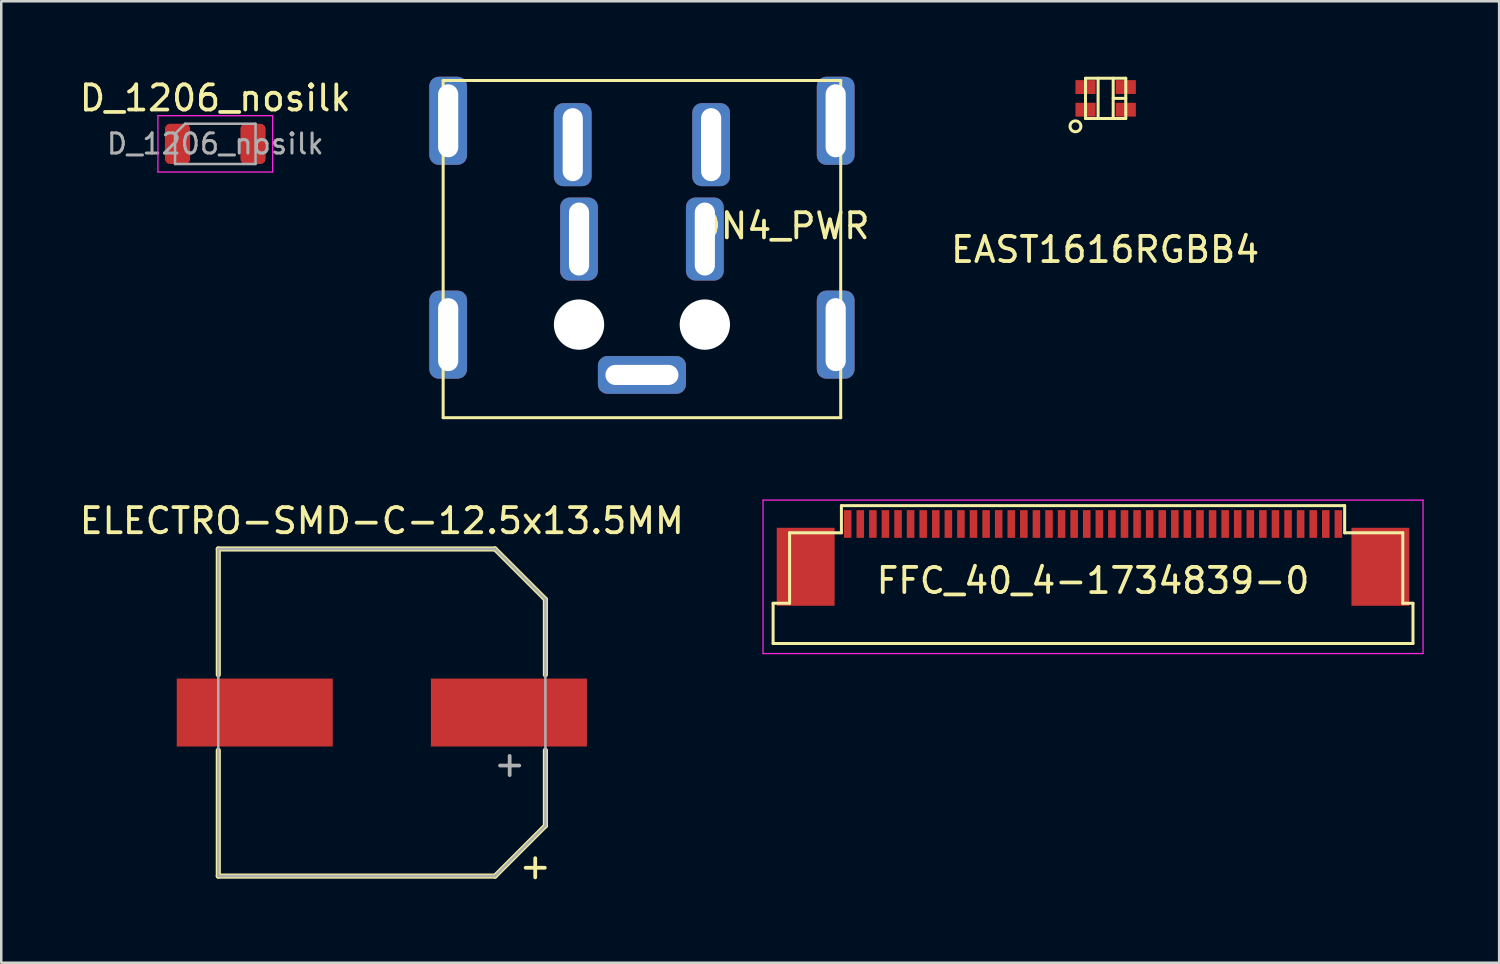
<source format=kicad_pcb>
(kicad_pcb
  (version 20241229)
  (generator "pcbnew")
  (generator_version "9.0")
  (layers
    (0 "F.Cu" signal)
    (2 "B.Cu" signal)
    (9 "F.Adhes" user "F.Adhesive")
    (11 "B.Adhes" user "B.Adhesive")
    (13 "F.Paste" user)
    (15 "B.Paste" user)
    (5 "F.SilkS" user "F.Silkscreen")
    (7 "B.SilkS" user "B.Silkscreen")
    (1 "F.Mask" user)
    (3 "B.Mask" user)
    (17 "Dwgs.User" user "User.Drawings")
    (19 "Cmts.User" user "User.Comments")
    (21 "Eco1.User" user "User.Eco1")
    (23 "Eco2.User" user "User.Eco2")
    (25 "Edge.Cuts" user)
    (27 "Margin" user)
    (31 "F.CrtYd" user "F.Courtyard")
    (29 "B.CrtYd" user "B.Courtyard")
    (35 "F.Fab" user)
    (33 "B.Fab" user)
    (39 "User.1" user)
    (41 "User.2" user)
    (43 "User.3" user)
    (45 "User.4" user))
  (footprint "D_1206_nosilk"
    (layer "F.Cu")
    (at 5.506 2.668)
    (property "Reference" "D_1206_nosilk" (at 0 -1.82 0) (layer "F.SilkS") (effects (font (size 1 1) (thickness 0.15))))
    (attr smd)
    (fp_line (start -2.28 -1.12) (end 2.28 -1.12) (stroke (width 0.05) (type solid)) (layer "F.CrtYd"))
    (fp_line (start -2.28 1.12) (end -2.28 -1.12) (stroke (width 0.05) (type solid)) (layer "F.CrtYd"))
    (fp_line (start 2.28 -1.12) (end 2.28 1.12) (stroke (width 0.05) (type solid)) (layer "F.CrtYd"))
    (fp_line (start 2.28 1.12) (end -2.28 1.12) (stroke (width 0.05) (type solid)) (layer "F.CrtYd"))
    (fp_line (start -1.6 -0.4) (end -1.6 0.8) (stroke (width 0.1) (type solid)) (layer "F.Fab"))
    (fp_line (start -1.6 0.8) (end 1.6 0.8) (stroke (width 0.1) (type solid)) (layer "F.Fab"))
    (fp_line (start -1.2 -0.8) (end -1.6 -0.4) (stroke (width 0.1) (type solid)) (layer "F.Fab"))
    (fp_line (start 1.6 -0.8) (end -1.2 -0.8) (stroke (width 0.1) (type solid)) (layer "F.Fab"))
    (fp_line (start 1.6 0.8) (end 1.6 -0.8) (stroke (width 0.1) (type solid)) (layer "F.Fab"))
    (fp_text user "${REFERENCE}" (at 0 0 0) (layer "F.Fab") (effects (font (size 0.8 0.8) (thickness 0.12))))
    (pad "1" smd roundrect (at -1.5 0) (size 1 1.6) (layers "F.Cu" "F.Mask" "F.Paste") (roundrect_rratio 0.2))
    (pad "2" smd roundrect (at 1.5 0) (size 1 1.6) (layers "F.Cu" "F.Mask" "F.Paste") (roundrect_rratio 0.2)))
  (footprint "ELECTRO-SMD-C-12.5x13.5MM"
    (layer "F.Cu")
    (at 12.125 25.268)
    (property "Reference" "ELECTRO-SMD-C-12.5x13.5MM" (at 0 -7.62 0) (layer "F.SilkS") (effects (font (size 1 1) (thickness 0.15))))
    (attr smd)
    (fp_line (start -6.5 -6.5) (end -6.5 -1.5) (stroke (width 0.203) (type solid)) (layer "F.SilkS"))
    (fp_line (start -6.5 -6.5) (end 4.5 -6.5) (stroke (width 0.203) (type solid)) (layer "F.SilkS"))
    (fp_line (start -6.5 6.5) (end -6.5 1.5) (stroke (width 0.203) (type solid)) (layer "F.SilkS"))
    (fp_line (start 4.5 -6.5) (end 6.5 -4.5) (stroke (width 0.203) (type solid)) (layer "F.SilkS"))
    (fp_line (start 4.5 6.5) (end -6.5 6.5) (stroke (width 0.203) (type solid)) (layer "F.SilkS"))
    (fp_line (start 6.5 -4.5) (end 6.5 -1.5) (stroke (width 0.203) (type solid)) (layer "F.SilkS"))
    (fp_line (start 6.5 4.5) (end 4.5 6.5) (stroke (width 0.203) (type solid)) (layer "F.SilkS"))
    (fp_line (start 6.5 4.5) (end 6.5 1.5) (stroke (width 0.203) (type solid)) (layer "F.SilkS"))
    (fp_line (start -6.5 -6.5) (end -6.5 6.5) (stroke (width 0.1) (type solid)) (layer "F.Fab"))
    (fp_line (start -6.5 6.5) (end 4.5 6.5) (stroke (width 0.1) (type solid)) (layer "F.Fab"))
    (fp_line (start 4.5 -6.5) (end -6.5 -6.5) (stroke (width 0.1) (type solid)) (layer "F.Fab"))
    (fp_line (start 4.5 6.5) (end 6.5 4.5) (stroke (width 0.1) (type solid)) (layer "F.Fab"))
    (fp_line (start 6.5 -4.5) (end 4.5 -6.5) (stroke (width 0.1) (type solid)) (layer "F.Fab"))
    (fp_line (start 6.5 4.5) (end 6.5 -4.5) (stroke (width 0.1) (type solid)) (layer "F.Fab"))
    (fp_text user "+" (at 6.096 6.096 0) (layer "F.SilkS") (effects (font (size 1 1) (thickness 0.15))))
    (fp_text user "+" (at 5.08 2.032 0) (layer "F.Fab") (effects (font (size 1 1) (thickness 0.15))))
    (pad "1" smd rect (at 5.05 0) (size 6.2 2.7) (layers "F.Cu" "F.Mask" "F.Paste"))
    (pad "2" smd rect (at -5.05 0) (size 6.2 2.7) (layers "F.Cu" "F.Mask" "F.Paste")))
  (footprint "FFC_40_4-1734839-0"
    (layer "F.Cu")
    (at 30.64 17.775)
    (property "Reference" "FFC_40_4-1734839-0" (at 9.75 2.25 0) (layer "F.SilkS") (effects (font (size 1 1) (thickness 0.15))))
    (attr smd)
    (fp_line (start -2.965 3.15) (end -2.965 4.75) (stroke (width 0.12) (type solid)) (layer "F.SilkS"))
    (fp_line (start -2.965 3.15) (end -2.31 3.15) (stroke (width 0.12) (type solid)) (layer "F.SilkS"))
    (fp_line (start -2.965 4.75) (end 22.465 4.75) (stroke (width 0.12) (type solid)) (layer "F.SilkS"))
    (fp_line (start -2.31 0.35) (end -0.25 0.35) (stroke (width 0.12) (type solid)) (layer "F.SilkS"))
    (fp_line (start -2.31 3.15) (end -2.31 0.35) (stroke (width 0.12) (type solid)) (layer "F.SilkS"))
    (fp_line (start -0.25 -0.73) (end 19.75 -0.73) (stroke (width 0.12) (type solid)) (layer "F.SilkS"))
    (fp_line (start -0.25 0.35) (end -0.25 -0.73) (stroke (width 0.12) (type solid)) (layer "F.SilkS"))
    (fp_line (start 19.75 0.35) (end 19.75 -0.73) (stroke (width 0.12) (type solid)) (layer "F.SilkS"))
    (fp_line (start 22.06 0.35) (end 19.75 0.35) (stroke (width 0.12) (type solid)) (layer "F.SilkS"))
    (fp_line (start 22.06 3.15) (end 22.06 0.35) (stroke (width 0.12) (type solid)) (layer "F.SilkS"))
    (fp_line (start 22.465 3.15) (end 22.06 3.15) (stroke (width 0.12) (type solid)) (layer "F.SilkS"))
    (fp_line (start 22.465 3.15) (end 22.465 4.75) (stroke (width 0.12) (type solid)) (layer "F.SilkS"))
    (fp_line (start -3.365 -0.95) (end -3.365 5.15) (stroke (width 0.05) (type solid)) (layer "F.CrtYd"))
    (fp_line (start -3.365 -0.95) (end 22.865 -0.95) (stroke (width 0.05) (type solid)) (layer "F.CrtYd"))
    (fp_line (start -3.365 5.15) (end 22.865 5.15) (stroke (width 0.05) (type solid)) (layer "F.CrtYd"))
    (fp_line (start 22.865 -0.95) (end 22.865 5.15) (stroke (width 0.05) (type solid)) (layer "F.CrtYd"))
    (pad "1" smd rect (at 0 0) (size 0.3 1.1) (layers "F.Cu" "F.Mask" "F.Paste"))
    (pad "2" smd rect (at 0.5 0) (size 0.3 1.1) (layers "F.Cu" "F.Mask" "F.Paste"))
    (pad "3" smd rect (at 1 0) (size 0.3 1.1) (layers "F.Cu" "F.Mask" "F.Paste"))
    (pad "4" smd rect (at 1.5 0) (size 0.3 1.1) (layers "F.Cu" "F.Mask" "F.Paste"))
    (pad "5" smd rect (at 2 0) (size 0.3 1.1) (layers "F.Cu" "F.Mask" "F.Paste"))
    (pad "6" smd rect (at 2.5 0) (size 0.3 1.1) (layers "F.Cu" "F.Mask" "F.Paste"))
    (pad "7" smd rect (at 3 0) (size 0.3 1.1) (layers "F.Cu" "F.Mask" "F.Paste"))
    (pad "8" smd rect (at 3.5 0) (size 0.3 1.1) (layers "F.Cu" "F.Mask" "F.Paste"))
    (pad "9" smd rect (at 4 0) (size 0.3 1.1) (layers "F.Cu" "F.Mask" "F.Paste"))
    (pad "10" smd rect (at 4.5 0) (size 0.3 1.1) (layers "F.Cu" "F.Mask" "F.Paste"))
    (pad "11" smd rect (at 5 0) (size 0.3 1.1) (layers "F.Cu" "F.Mask" "F.Paste"))
    (pad "12" smd rect (at 5.5 0) (size 0.3 1.1) (layers "F.Cu" "F.Mask" "F.Paste"))
    (pad "13" smd rect (at 6 0) (size 0.3 1.1) (layers "F.Cu" "F.Mask" "F.Paste"))
    (pad "14" smd rect (at 6.5 0) (size 0.3 1.1) (layers "F.Cu" "F.Mask" "F.Paste"))
    (pad "15" smd rect (at 7 0) (size 0.3 1.1) (layers "F.Cu" "F.Mask" "F.Paste"))
    (pad "16" smd rect (at 7.5 0) (size 0.3 1.1) (layers "F.Cu" "F.Mask" "F.Paste"))
    (pad "17" smd rect (at 8 0) (size 0.3 1.1) (layers "F.Cu" "F.Mask" "F.Paste"))
    (pad "18" smd rect (at 8.5 0) (size 0.3 1.1) (layers "F.Cu" "F.Mask" "F.Paste"))
    (pad "19" smd rect (at 9 0) (size 0.3 1.1) (layers "F.Cu" "F.Mask" "F.Paste"))
    (pad "20" smd rect (at 9.5 0) (size 0.3 1.1) (layers "F.Cu" "F.Mask" "F.Paste"))
    (pad "21" smd rect (at 10 0) (size 0.3 1.1) (layers "F.Cu" "F.Mask" "F.Paste"))
    (pad "22" smd rect (at 10.5 0) (size 0.3 1.1) (layers "F.Cu" "F.Mask" "F.Paste"))
    (pad "23" smd rect (at 11 0) (size 0.3 1.1) (layers "F.Cu" "F.Mask" "F.Paste"))
    (pad "24" smd rect (at 11.5 0) (size 0.3 1.1) (layers "F.Cu" "F.Mask" "F.Paste"))
    (pad "25" smd rect (at 12 0) (size 0.3 1.1) (layers "F.Cu" "F.Mask" "F.Paste"))
    (pad "26" smd rect (at 12.5 0) (size 0.3 1.1) (layers "F.Cu" "F.Mask" "F.Paste"))
    (pad "27" smd rect (at 13 0) (size 0.3 1.1) (layers "F.Cu" "F.Mask" "F.Paste"))
    (pad "28" smd rect (at 13.5 0) (size 0.3 1.1) (layers "F.Cu" "F.Mask" "F.Paste"))
    (pad "29" smd rect (at 14 0) (size 0.3 1.1) (layers "F.Cu" "F.Mask" "F.Paste"))
    (pad "30" smd rect (at 14.5 0) (size 0.3 1.1) (layers "F.Cu" "F.Mask" "F.Paste"))
    (pad "31" smd rect (at 15 0) (size 0.3 1.1) (layers "F.Cu" "F.Mask" "F.Paste"))
    (pad "32" smd rect (at 15.5 0) (size 0.3 1.1) (layers "F.Cu" "F.Mask" "F.Paste"))
    (pad "33" smd rect (at 16 0) (size 0.3 1.1) (layers "F.Cu" "F.Mask" "F.Paste"))
    (pad "34" smd rect (at 16.5 0) (size 0.3 1.1) (layers "F.Cu" "F.Mask" "F.Paste"))
    (pad "35" smd rect (at 17 0) (size 0.3 1.1) (layers "F.Cu" "F.Mask" "F.Paste"))
    (pad "36" smd rect (at 17.5 0) (size 0.3 1.1) (layers "F.Cu" "F.Mask" "F.Paste"))
    (pad "37" smd rect (at 18 0) (size 0.3 1.1) (layers "F.Cu" "F.Mask" "F.Paste"))
    (pad "38" smd rect (at 18.5 0) (size 0.3 1.1) (layers "F.Cu" "F.Mask" "F.Paste"))
    (pad "39" smd rect (at 19 0) (size 0.3 1.1) (layers "F.Cu" "F.Mask" "F.Paste"))
    (pad "40" smd rect (at 19.5 0) (size 0.3 1.1) (layers "F.Cu" "F.Mask" "F.Paste"))
    (pad "G1" smd rect (at -1.67 1.7) (size 2.3 3.1) (layers "F.Cu" "F.Mask" "F.Paste"))
    (pad "G2" smd rect (at 21.17 1.7) (size 2.3 3.1) (layers "F.Cu" "F.Mask" "F.Paste")))
  (footprint "DN4_PWR"
    (layer "F.Cu")
    (at 22.462 13.55)
    (property "Reference" "DN4_PWR" (at 5.588 -7.62 0) (layer "F.SilkS") (effects (font (size 1 1) (thickness 0.15))))
    (attr through_hole)
    (fp_line (start -7.9 -13.4) (end -7.9 0) (stroke (width 0.12) (type solid)) (layer "F.SilkS"))
    (fp_line (start -7.9 0) (end 7.9 0) (stroke (width 0.12) (type solid)) (layer "F.SilkS"))
    (fp_line (start 7.9 -13.4) (end -7.9 -13.4) (stroke (width 0.12) (type solid)) (layer "F.SilkS"))
    (fp_line (start 7.9 0) (end 7.9 -13.4) (stroke (width 0.12) (type solid)) (layer "F.SilkS"))
    (pad "" np_thru_hole circle (at -2.5 -3.7) (size 2 2) (drill 2) (layers "*.Cu" "*.Mask"))
    (pad "" np_thru_hole circle (at 2.5 -3.7) (size 2 2) (drill 2) (layers "*.Cu" "*.Mask"))
    (pad "1" thru_hole roundrect (at -2.75 -10.85) (size 1.5 3.3) (drill oval 0.8 2.9) (layers "*.Cu" "*.Mask") (roundrect_rratio 0.25))
    (pad "2" thru_hole roundrect (at 2.75 -10.85) (size 1.5 3.3) (drill oval 0.8 2.9) (layers "*.Cu" "*.Mask") (roundrect_rratio 0.25))
    (pad "3" thru_hole roundrect (at -2.5 -7.1) (size 1.5 3.3) (drill oval 0.8 2.9) (layers "*.Cu" "*.Mask") (roundrect_rratio 0.25))
    (pad "4" thru_hole roundrect (at 2.5 -7.1) (size 1.5 3.3) (drill oval 0.8 2.9) (layers "*.Cu" "*.Mask") (roundrect_rratio 0.25))
    (pad "5" thru_hole roundrect (at 0 -1.7 90) (size 1.5 3.5) (drill oval 0.8 2.9) (layers "*.Cu" "*.Mask") (roundrect_rratio 0.25))
    (pad "6" thru_hole roundrect (at -7.7 -11.8 180) (size 1.5 3.5) (drill oval 0.8 2.9) (layers "*.Cu" "*.Mask") (roundrect_rratio 0.25))
    (pad "7" thru_hole roundrect (at -7.7 -3.3 180) (size 1.5 3.5) (drill oval 0.8 2.9) (layers "*.Cu" "*.Mask") (roundrect_rratio 0.25))
    (pad "8" thru_hole roundrect (at 7.7 -11.8 180) (size 1.5 3.5) (drill oval 0.8 2.9) (layers "*.Cu" "*.Mask") (roundrect_rratio 0.25))
    (pad "9" thru_hole roundrect (at 7.7 -3.3 180) (size 1.5 3.5) (drill oval 0.8 2.9) (layers "*.Cu" "*.Mask") (roundrect_rratio 0.25)))
  (footprint "EAST1616RGBB4"
    (layer "F.Cu")
    (at 40.891 0.86)
    (property "Reference" "EAST1616RGBB4" (at -0.02 6.01 0) (layer "F.SilkS") (effects (font (size 1 1) (thickness 0.15))))
    (attr through_hole)
    (fp_line (start -0.8 -0.8) (end 0.8 -0.8) (stroke (width 0.12) (type solid)) (layer "F.SilkS"))
    (fp_line (start -0.8 0.8) (end -0.8 -0.8) (stroke (width 0.12) (type solid)) (layer "F.SilkS"))
    (fp_line (start -0.3 -0.8) (end -0.3 0.8) (stroke (width 0.12) (type solid)) (layer "F.SilkS"))
    (fp_line (start 0.3 -0.8) (end 0.3 0.8) (stroke (width 0.12) (type solid)) (layer "F.SilkS"))
    (fp_line (start 0.3 0) (end 0.8 0) (stroke (width 0.12) (type solid)) (layer "F.SilkS"))
    (fp_line (start 0.8 -0.8) (end 0.8 0.8) (stroke (width 0.12) (type solid)) (layer "F.SilkS"))
    (fp_line (start 0.8 0.8) (end -0.8 0.8) (stroke (width 0.12) (type solid)) (layer "F.SilkS"))
    (fp_circle (center -1.2 1.11) (end -1.41 1.16) (stroke (width 0.12) (type solid)) (fill no) (layer "F.SilkS"))
    (pad "1" smd rect (at -0.8 0.45) (size 0.8 0.55) (layers "F.Cu" "F.Mask" "F.Paste"))
    (pad "2" smd rect (at -0.8 -0.45) (size 0.8 0.55) (layers "F.Cu" "F.Mask" "F.Paste"))
    (pad "3" smd rect (at 0.8 0.45) (size 0.8 0.55) (layers "F.Cu" "F.Mask" "F.Paste"))
    (pad "4" smd rect (at 0.8 -0.45) (size 0.8 0.55) (layers "F.Cu" "F.Mask" "F.Paste")))
  (gr_rect
    (start -3 -3)
    (end 56.53 35.212)
    (stroke (width 0.1) (type default))
    (fill no)
    (layer "Edge.Cuts")))
</source>
